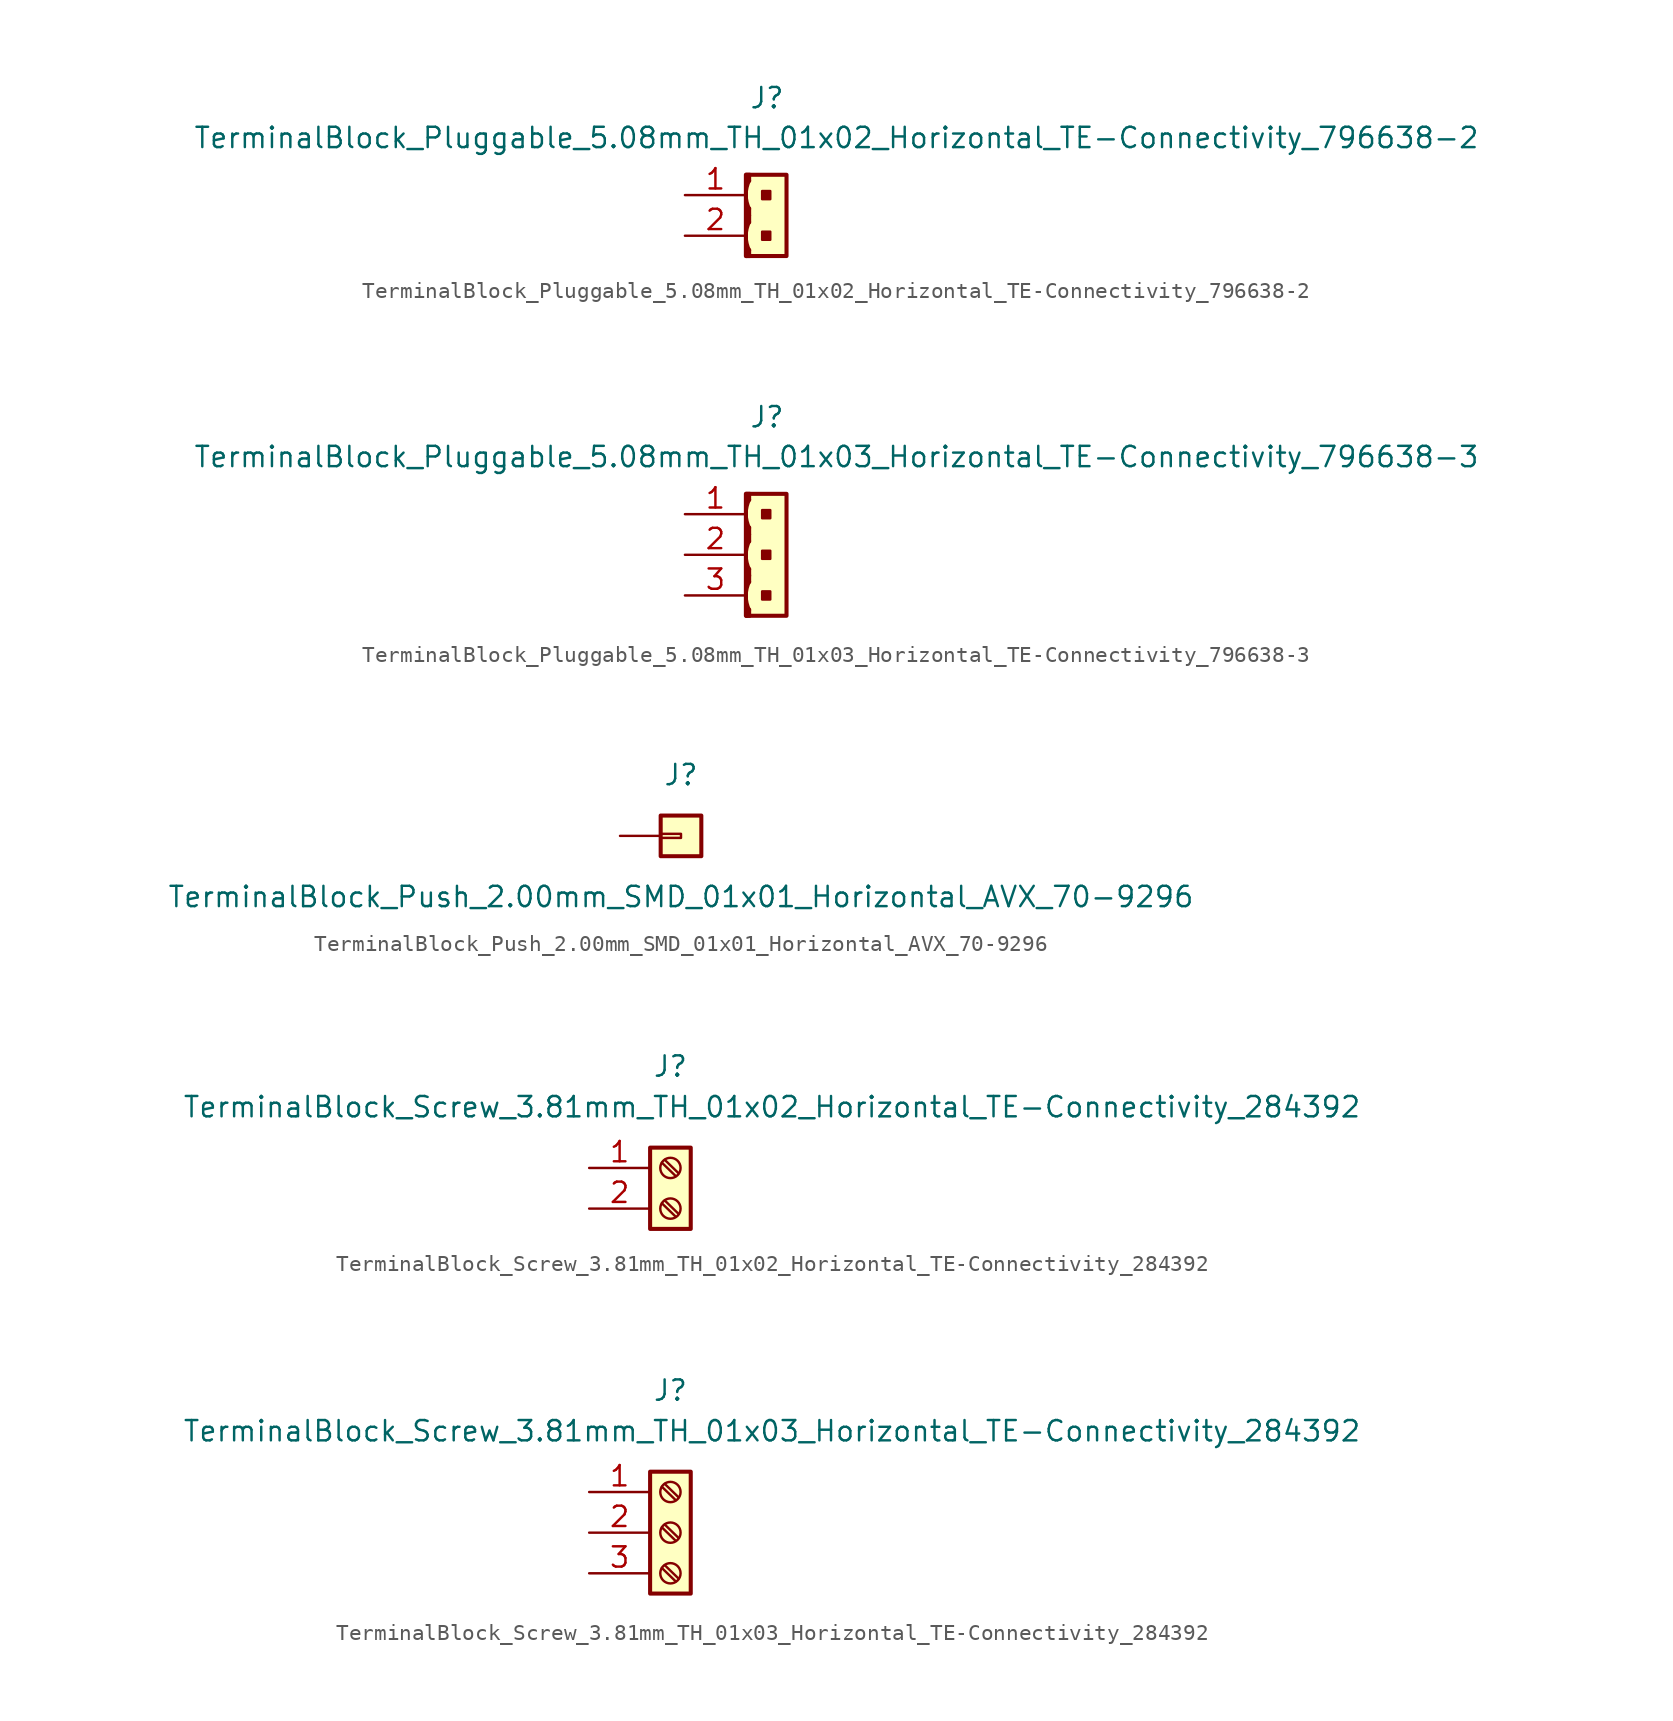
<source format=kicad_sym>
(kicad_symbol_lib
  (version 20241209)
  (generator "kicad_symbol_editor")
  (generator_version "9.0")
  (symbol "TerminalBlock_Pluggable_5.08mm_TH_01x02_Horizontal_TE-Connectivity_796638-2"
    (pin_names
      (offset 1.27)
      (hide yes))
    (property "Reference" "J"
      (at 0.051 8.611 0)
      (effects (font (size 1.27 1.27))))
    (property "Value" "TerminalBlock_Pluggable_5.08mm_TH_01x02_Horizontal_TE-Connectivity_796638-2"
      (at 4.394 6.121 0)
      (effects (font (size 1.27 1.27))))
    (symbol "TerminalBlock_Pluggable_5.08mm_TH_01x02_Horizontal_TE-Connectivity_796638-2_0_1"
      (polyline (pts (xy -1.219 3.785) (xy -1.219 -1.321)) (stroke (width 0) (type default)) (fill (type none)))
      (rectangle (start -1.016 3.404) (end -1.27 3.861) (stroke (width 0) (type default)) (fill (type outline)))
      (rectangle (start -1.016 1.27) (end -1.27 1.727) (stroke (width 0) (type default)) (fill (type outline)))
      (rectangle (start -1.016 0.813) (end -1.27 1.27) (stroke (width 0) (type default)) (fill (type outline)))
      (rectangle (start -1.016 -1.321) (end -1.27 -0.864) (stroke (width 0) (type default)) (fill (type outline)))
      (rectangle (start -0.254 2.794) (end 0.254 2.286) (stroke (width 0) (type default)) (fill (type outline)))
      (rectangle (start -0.254 0.254) (end 0.254 -0.254) (stroke (width 0) (type default)) (fill (type outline)))
      (arc (start -1.016 1.6764) (mid -1.2259 2.5654) (end -1.016 3.4544) (stroke (width 0) (type default)) (fill (type none)))
      (arc (start -1.016 -0.9144) (mid -1.2259 -0.0254) (end -1.016 0.8636) (stroke (width 0) (type default)) (fill (type none))))
    (symbol "TerminalBlock_Pluggable_5.08mm_TH_01x02_Horizontal_TE-Connectivity_796638-2_1_1"
      (rectangle (start -1.27 3.81) (end 1.27 -1.27) (stroke (width 0.254) (type default)) (fill (type background)))
      (pin passive line (at -5.08 2.54 0) (length 3.81) (name "Pin_1" (effects (font (size 1.27 1.27)))) (number "1" (effects (font (size 1.27 1.27)))))
      (pin passive line (at -5.08 0 0) (length 3.81) (name "Pin_2" (effects (font (size 1.27 1.27)))) (number "2" (effects (font (size 1.27 1.27)))))))
  (symbol "TerminalBlock_Pluggable_5.08mm_TH_01x03_Horizontal_TE-Connectivity_796638-3"
    (pin_names
      (offset 1.27)
      (hide yes))
    (property "Reference" "J"
      (at 0.051 8.611 0)
      (effects (font (size 1.27 1.27))))
    (property "Value" "TerminalBlock_Pluggable_5.08mm_TH_01x03_Horizontal_TE-Connectivity_796638-3"
      (at 4.394 6.121 0)
      (effects (font (size 1.27 1.27))))
    (symbol "TerminalBlock_Pluggable_5.08mm_TH_01x03_Horizontal_TE-Connectivity_796638-3_0_1"
      (polyline (pts (xy -1.219 3.759) (xy -1.219 -3.861)) (stroke (width 0) (type default)) (fill (type none)))
      (rectangle (start -1.016 3.404) (end -1.27 3.861) (stroke (width 0) (type default)) (fill (type outline)))
      (rectangle (start -1.016 1.27) (end -1.27 1.727) (stroke (width 0) (type default)) (fill (type outline)))
      (rectangle (start -1.016 0.813) (end -1.27 1.27) (stroke (width 0) (type default)) (fill (type outline)))
      (rectangle (start -1.016 -1.321) (end -1.27 -0.864) (stroke (width 0) (type default)) (fill (type outline)))
      (rectangle (start -1.016 -1.727) (end -1.27 -1.27) (stroke (width 0) (type default)) (fill (type outline)))
      (rectangle (start -1.016 -3.861) (end -1.27 -3.404) (stroke (width 0) (type default)) (fill (type outline)))
      (rectangle (start -0.254 2.794) (end 0.254 2.286) (stroke (width 0) (type default)) (fill (type outline)))
      (rectangle (start -0.254 0.254) (end 0.254 -0.254) (stroke (width 0) (type default)) (fill (type outline)))
      (rectangle (start -0.254 -2.286) (end 0.254 -2.794) (stroke (width 0) (type default)) (fill (type outline)))
      (arc (start -1.016 1.6764) (mid -1.2259 2.5654) (end -1.016 3.4544) (stroke (width 0) (type default)) (fill (type none)))
      (arc (start -1.016 -0.9144) (mid -1.2259 -0.0254) (end -1.016 0.8636) (stroke (width 0) (type default)) (fill (type none)))
      (arc (start -1.016 -3.4544) (mid -1.2259 -2.5654) (end -1.016 -1.6764) (stroke (width 0) (type default)) (fill (type none))))
    (symbol "TerminalBlock_Pluggable_5.08mm_TH_01x03_Horizontal_TE-Connectivity_796638-3_1_1"
      (rectangle (start -1.27 3.81) (end 1.27 -3.81) (stroke (width 0.254) (type default)) (fill (type background)))
      (pin passive line (at -5.08 2.54 0) (length 3.81) (name "Pin_1" (effects (font (size 1.27 1.27)))) (number "1" (effects (font (size 1.27 1.27)))))
      (pin passive line (at -5.08 0 0) (length 3.81) (name "Pin_2" (effects (font (size 1.27 1.27)))) (number "2" (effects (font (size 1.27 1.27)))))
      (pin passive line (at -5.08 -2.54 0) (length 3.81) (name "Pin_3" (effects (font (size 1.27 1.27)))) (number "3" (effects (font (size 1.27 1.27)))))))
  (symbol "TerminalBlock_Push_2.00mm_SMD_01x01_Horizontal_AVX_70-9296"
    (pin_numbers
      (hide yes))
    (pin_names
      (offset 1.27)
      (hide yes))
    (property "Reference" "J"
      (at 0 3.81 0)
      (effects (font (size 1.27 1.27))))
    (property "Value" "TerminalBlock_Push_2.00mm_SMD_01x01_Horizontal_AVX_70-9296"
      (at 0 -3.81 0)
      (effects (font (size 1.27 1.27))))
    (symbol "TerminalBlock_Push_2.00mm_SMD_01x01_Horizontal_AVX_70-9296_1_1"
      (rectangle (start -1.27 1.27) (end 1.27 -1.27) (stroke (width 0.254) (type default)) (fill (type background)))
      (rectangle (start -1.27 0.127) (end 0 -0.127) (stroke (width 0.152) (type default)) (fill (type none)))
      (pin passive line (at -3.81 0 0) (length 2.54) (name "Pin_1" (effects (font (size 1.27 1.27)))) (number "1" (effects (font (size 1.27 1.27)))))))
  (symbol "TerminalBlock_Screw_3.81mm_TH_01x02_Horizontal_TE-Connectivity_284392"
    (pin_names
      (offset 1.27)
      (hide yes))
    (property "Reference" "J"
      (at 0 7.62 0)
      (effects (font (size 1.27 1.27))))
    (property "Value" "TerminalBlock_Screw_3.81mm_TH_01x02_Horizontal_TE-Connectivity_284392"
      (at 6.35 5.08 0)
      (effects (font (size 1.27 1.27))))
    (symbol "TerminalBlock_Screw_3.81mm_TH_01x02_Horizontal_TE-Connectivity_284392_1_1"
      (rectangle (start -1.27 2.54) (end 1.27 -2.54) (stroke (width 0.254) (type default)) (fill (type background)))
      (polyline (pts (xy -0.533 1.6) (xy 0.33 0.762)) (stroke (width 0.152) (type default)) (fill (type none)))
      (polyline (pts (xy -0.533 -0.94) (xy 0.33 -1.778)) (stroke (width 0.152) (type default)) (fill (type none)))
      (polyline (pts (xy -0.356 1.778) (xy 0.508 0.94)) (stroke (width 0.152) (type default)) (fill (type none)))
      (polyline (pts (xy -0.356 -0.762) (xy 0.508 -1.6)) (stroke (width 0.152) (type default)) (fill (type none)))
      (circle (center 0 1.27) (radius 0.635) (stroke (width 0.152) (type default)) (fill (type none)))
      (circle (center 0 -1.27) (radius 0.635) (stroke (width 0.152) (type default)) (fill (type none)))
      (pin passive line (at -5.08 1.27 0) (length 3.81) (name "Pin_1" (effects (font (size 1.27 1.27)))) (number "1" (effects (font (size 1.27 1.27)))))
      (pin passive line (at -5.08 -1.27 0) (length 3.81) (name "Pin_2" (effects (font (size 1.27 1.27)))) (number "2" (effects (font (size 1.27 1.27)))))))
  (symbol "TerminalBlock_Screw_3.81mm_TH_01x03_Horizontal_TE-Connectivity_284392"
    (pin_names
      (offset 1.27)
      (hide yes))
    (property "Reference" "J"
      (at 0 8.89 0)
      (effects (font (size 1.27 1.27))))
    (property "Value" "TerminalBlock_Screw_3.81mm_TH_01x03_Horizontal_TE-Connectivity_284392"
      (at 6.35 6.35 0)
      (effects (font (size 1.27 1.27))))
    (symbol "TerminalBlock_Screw_3.81mm_TH_01x03_Horizontal_TE-Connectivity_284392_1_1"
      (rectangle (start -1.27 3.81) (end 1.27 -3.81) (stroke (width 0.254) (type default)) (fill (type background)))
      (polyline (pts (xy -0.533 2.87) (xy 0.33 2.032)) (stroke (width 0.152) (type default)) (fill (type none)))
      (polyline (pts (xy -0.533 0.33) (xy 0.33 -0.508)) (stroke (width 0.152) (type default)) (fill (type none)))
      (polyline (pts (xy -0.533 -2.21) (xy 0.33 -3.048)) (stroke (width 0.152) (type default)) (fill (type none)))
      (polyline (pts (xy -0.356 3.048) (xy 0.508 2.21)) (stroke (width 0.152) (type default)) (fill (type none)))
      (polyline (pts (xy -0.356 0.508) (xy 0.508 -0.33)) (stroke (width 0.152) (type default)) (fill (type none)))
      (polyline (pts (xy -0.356 -2.032) (xy 0.508 -2.87)) (stroke (width 0.152) (type default)) (fill (type none)))
      (circle (center 0 2.54) (radius 0.635) (stroke (width 0.152) (type default)) (fill (type none)))
      (circle (center 0 0) (radius 0.635) (stroke (width 0.152) (type default)) (fill (type none)))
      (circle (center 0 -2.54) (radius 0.635) (stroke (width 0.152) (type default)) (fill (type none)))
      (pin passive line (at -5.08 2.54 0) (length 3.81) (name "Pin_1" (effects (font (size 1.27 1.27)))) (number "1" (effects (font (size 1.27 1.27)))))
      (pin passive line (at -5.08 0 0) (length 3.81) (name "Pin_2" (effects (font (size 1.27 1.27)))) (number "2" (effects (font (size 1.27 1.27)))))
      (pin passive line (at -5.08 -2.54 0) (length 3.81) (name "Pin_3" (effects (font (size 1.27 1.27)))) (number "3" (effects (font (size 1.27 1.27))))))))
</source>
